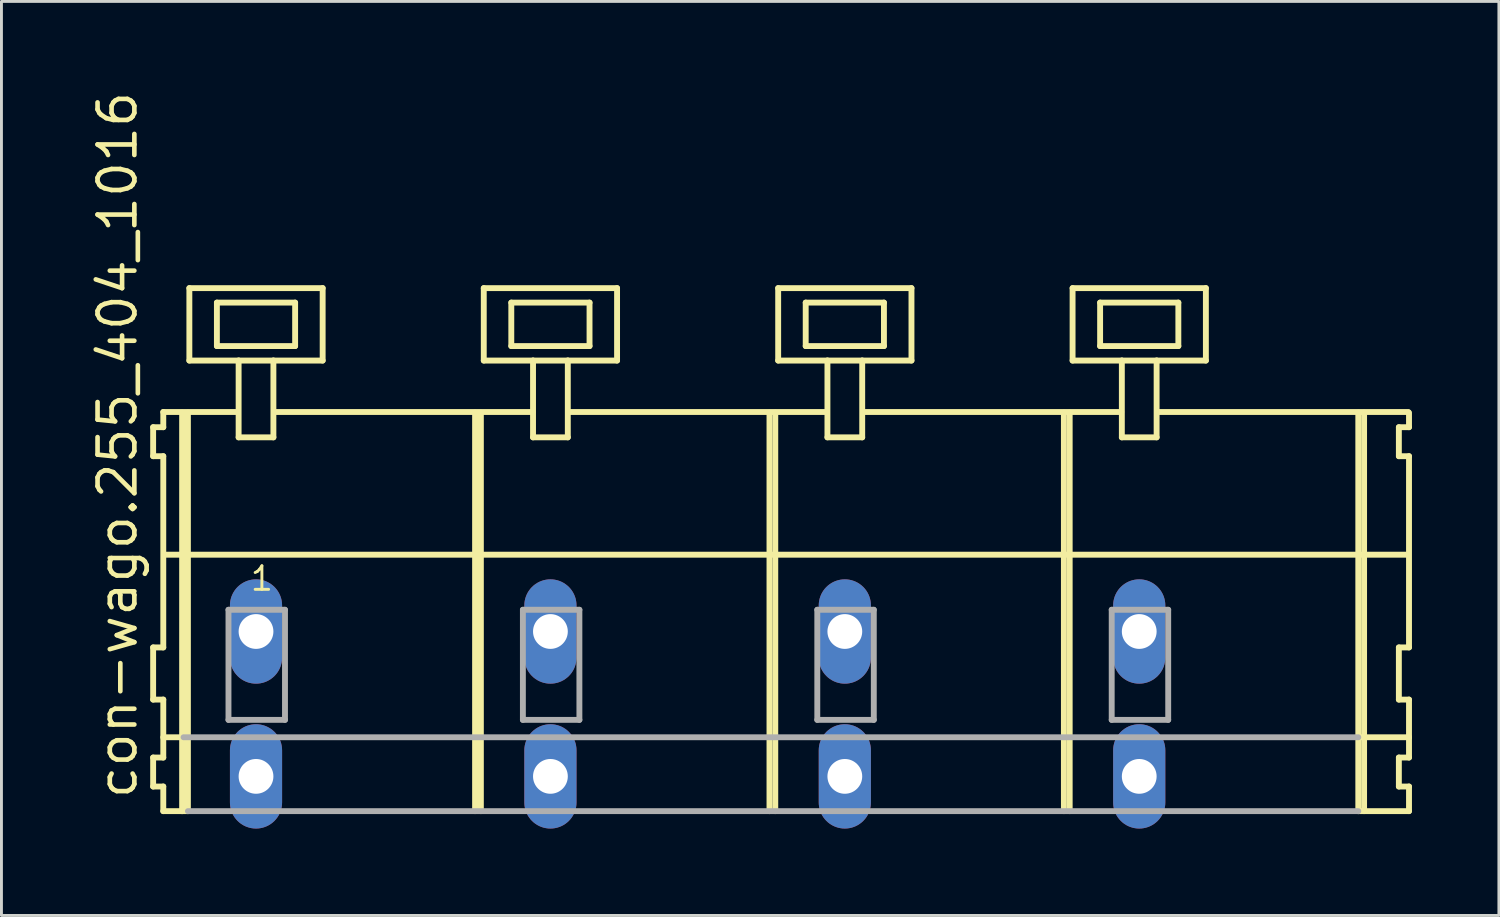
<source format=kicad_pcb>
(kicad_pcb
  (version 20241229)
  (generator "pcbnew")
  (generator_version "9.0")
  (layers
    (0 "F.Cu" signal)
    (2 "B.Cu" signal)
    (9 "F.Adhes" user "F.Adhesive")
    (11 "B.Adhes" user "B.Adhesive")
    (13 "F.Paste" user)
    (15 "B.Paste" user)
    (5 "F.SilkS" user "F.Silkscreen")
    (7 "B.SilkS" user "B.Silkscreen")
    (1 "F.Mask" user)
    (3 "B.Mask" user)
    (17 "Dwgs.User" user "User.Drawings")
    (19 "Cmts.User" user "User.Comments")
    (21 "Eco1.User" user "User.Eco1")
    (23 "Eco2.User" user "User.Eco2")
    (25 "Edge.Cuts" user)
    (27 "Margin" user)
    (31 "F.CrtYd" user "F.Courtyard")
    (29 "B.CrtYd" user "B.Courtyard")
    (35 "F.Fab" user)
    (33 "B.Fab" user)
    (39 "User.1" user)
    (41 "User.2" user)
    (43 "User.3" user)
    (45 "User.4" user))
  (footprint "con-wago.255_404_1016"
    (layer "F.Cu")
    (at 23.565 18.743)
    (property "Reference" "con-wago.255_404_1016" (at -21.815 5.855 90) (layer "F.SilkS") (effects (font (size 1.27 1.27) (thickness 0.16)) (justify left bottom)))
    (attr through_hole)
    (fp_line (start -21.33 -7.05) (end -21.33 -6.05) (stroke (width 0.203) (type default)) (layer "F.SilkS"))
    (fp_line (start -21.33 -6.05) (end -20.98 -6.05) (stroke (width 0.203) (type default)) (layer "F.SilkS"))
    (fp_line (start -21.33 0.55) (end -21.33 2.35) (stroke (width 0.203) (type default)) (layer "F.SilkS"))
    (fp_line (start -21.33 2.35) (end -20.98 2.35) (stroke (width 0.203) (type default)) (layer "F.SilkS"))
    (fp_line (start -21.33 4.35) (end -21.33 5.35) (stroke (width 0.203) (type default)) (layer "F.SilkS"))
    (fp_line (start -21.33 5.35) (end -20.98 5.35) (stroke (width 0.203) (type default)) (layer "F.SilkS"))
    (fp_line (start -20.98 -7.575) (end -20.98 -7.05) (stroke (width 0.203) (type default)) (layer "F.SilkS"))
    (fp_line (start -20.98 -7.575) (end -18.405 -7.575) (stroke (width 0.203) (type default)) (layer "F.SilkS"))
    (fp_line (start -20.98 -7.05) (end -21.33 -7.05) (stroke (width 0.203) (type default)) (layer "F.SilkS"))
    (fp_line (start -20.98 -6.05) (end -20.98 0.55) (stroke (width 0.203) (type default)) (layer "F.SilkS"))
    (fp_line (start -20.98 0.55) (end -21.33 0.55) (stroke (width 0.203) (type default)) (layer "F.SilkS"))
    (fp_line (start -20.98 2.35) (end -20.98 4.35) (stroke (width 0.203) (type default)) (layer "F.SilkS"))
    (fp_line (start -20.98 3.65) (end -20.28 3.65) (stroke (width 0.203) (type default)) (layer "F.SilkS"))
    (fp_line (start -20.98 4.35) (end -21.33 4.35) (stroke (width 0.203) (type default)) (layer "F.SilkS"))
    (fp_line (start -20.98 5.35) (end -20.98 6.2) (stroke (width 0.203) (type default)) (layer "F.SilkS"))
    (fp_line (start -20.98 6.2) (end -20.33 6.2) (stroke (width 0.203) (type default)) (layer "F.SilkS"))
    (fp_line (start -20.93 -2.65) (end 21.96 -2.65) (stroke (width 0.203) (type default)) (layer "F.SilkS"))
    (fp_line (start -20.33 -7.55) (end -20.33 6.2) (stroke (width 0.203) (type default)) (layer "F.SilkS"))
    (fp_line (start -20.33 6.2) (end -20.13 6.2) (stroke (width 0.203) (type default)) (layer "F.SilkS"))
    (fp_line (start -20.13 -7.55) (end -20.13 6.2) (stroke (width 0.203) (type default)) (layer "F.SilkS"))
    (fp_line (start -20.08 -11.85) (end -20.08 -9.35) (stroke (width 0.203) (type default)) (layer "F.SilkS"))
    (fp_line (start -20.08 -9.35) (end -18.38 -9.35) (stroke (width 0.203) (type default)) (layer "F.SilkS"))
    (fp_line (start -19.13 -11.35) (end -19.13 -9.85) (stroke (width 0.203) (type default)) (layer "F.SilkS"))
    (fp_line (start -19.13 -9.85) (end -16.43 -9.85) (stroke (width 0.203) (type default)) (layer "F.SilkS"))
    (fp_line (start -18.38 -9.35) (end -18.38 -6.7) (stroke (width 0.203) (type default)) (layer "F.SilkS"))
    (fp_line (start -18.38 -9.35) (end -17.18 -9.35) (stroke (width 0.203) (type default)) (layer "F.SilkS"))
    (fp_line (start -18.38 -6.7) (end -17.18 -6.7) (stroke (width 0.203) (type default)) (layer "F.SilkS"))
    (fp_line (start -17.18 -9.35) (end -15.48 -9.35) (stroke (width 0.203) (type default)) (layer "F.SilkS"))
    (fp_line (start -17.18 -6.7) (end -17.18 -9.35) (stroke (width 0.203) (type default)) (layer "F.SilkS"))
    (fp_line (start -17.155 -7.575) (end -8.241 -7.575) (stroke (width 0.203) (type default)) (layer "F.SilkS"))
    (fp_line (start -16.43 -11.35) (end -19.13 -11.35) (stroke (width 0.203) (type default)) (layer "F.SilkS"))
    (fp_line (start -16.43 -9.85) (end -16.43 -11.35) (stroke (width 0.203) (type default)) (layer "F.SilkS"))
    (fp_line (start -15.48 -11.85) (end -20.08 -11.85) (stroke (width 0.203) (type default)) (layer "F.SilkS"))
    (fp_line (start -15.48 -9.35) (end -15.48 -11.85) (stroke (width 0.203) (type default)) (layer "F.SilkS"))
    (fp_line (start -10.22 -7.55) (end -10.22 6.2) (stroke (width 0.203) (type default)) (layer "F.SilkS"))
    (fp_line (start -10.02 -7.55) (end -10.02 6.2) (stroke (width 0.203) (type default)) (layer "F.SilkS"))
    (fp_line (start -9.92 -11.85) (end -9.92 -9.35) (stroke (width 0.203) (type default)) (layer "F.SilkS"))
    (fp_line (start -9.92 -9.35) (end -8.22 -9.35) (stroke (width 0.203) (type default)) (layer "F.SilkS"))
    (fp_line (start -8.97 -11.35) (end -8.97 -9.85) (stroke (width 0.203) (type default)) (layer "F.SilkS"))
    (fp_line (start -8.97 -9.85) (end -6.27 -9.85) (stroke (width 0.203) (type default)) (layer "F.SilkS"))
    (fp_line (start -8.22 -9.35) (end -8.22 -6.7) (stroke (width 0.203) (type default)) (layer "F.SilkS"))
    (fp_line (start -8.22 -9.35) (end -7.02 -9.35) (stroke (width 0.203) (type default)) (layer "F.SilkS"))
    (fp_line (start -8.22 -6.7) (end -7.02 -6.7) (stroke (width 0.203) (type default)) (layer "F.SilkS"))
    (fp_line (start -7.02 -9.35) (end -5.32 -9.35) (stroke (width 0.203) (type default)) (layer "F.SilkS"))
    (fp_line (start -7.02 -6.7) (end -7.02 -9.35) (stroke (width 0.203) (type default)) (layer "F.SilkS"))
    (fp_line (start -6.995 -7.575) (end 1.919 -7.575) (stroke (width 0.203) (type default)) (layer "F.SilkS"))
    (fp_line (start -6.27 -11.35) (end -8.97 -11.35) (stroke (width 0.203) (type default)) (layer "F.SilkS"))
    (fp_line (start -6.27 -9.85) (end -6.27 -11.35) (stroke (width 0.203) (type default)) (layer "F.SilkS"))
    (fp_line (start -5.32 -11.85) (end -9.92 -11.85) (stroke (width 0.203) (type default)) (layer "F.SilkS"))
    (fp_line (start -5.32 -9.35) (end -5.32 -11.85) (stroke (width 0.203) (type default)) (layer "F.SilkS"))
    (fp_line (start -0.06 -7.55) (end -0.06 6.2) (stroke (width 0.203) (type default)) (layer "F.SilkS"))
    (fp_line (start 0.14 -7.55) (end 0.14 6.2) (stroke (width 0.203) (type default)) (layer "F.SilkS"))
    (fp_line (start 0.24 -11.85) (end 0.24 -9.35) (stroke (width 0.203) (type default)) (layer "F.SilkS"))
    (fp_line (start 0.24 -9.35) (end 1.94 -9.35) (stroke (width 0.203) (type default)) (layer "F.SilkS"))
    (fp_line (start 1.19 -11.35) (end 1.19 -9.85) (stroke (width 0.203) (type default)) (layer "F.SilkS"))
    (fp_line (start 1.19 -9.85) (end 3.89 -9.85) (stroke (width 0.203) (type default)) (layer "F.SilkS"))
    (fp_line (start 1.94 -9.35) (end 1.94 -6.7) (stroke (width 0.203) (type default)) (layer "F.SilkS"))
    (fp_line (start 1.94 -9.35) (end 3.14 -9.35) (stroke (width 0.203) (type default)) (layer "F.SilkS"))
    (fp_line (start 1.94 -6.7) (end 3.14 -6.7) (stroke (width 0.203) (type default)) (layer "F.SilkS"))
    (fp_line (start 3.14 -9.35) (end 4.84 -9.35) (stroke (width 0.203) (type default)) (layer "F.SilkS"))
    (fp_line (start 3.14 -6.7) (end 3.14 -9.35) (stroke (width 0.203) (type default)) (layer "F.SilkS"))
    (fp_line (start 3.165 -7.575) (end 12.079 -7.575) (stroke (width 0.203) (type default)) (layer "F.SilkS"))
    (fp_line (start 3.89 -11.35) (end 1.19 -11.35) (stroke (width 0.203) (type default)) (layer "F.SilkS"))
    (fp_line (start 3.89 -9.85) (end 3.89 -11.35) (stroke (width 0.203) (type default)) (layer "F.SilkS"))
    (fp_line (start 4.84 -11.85) (end 0.24 -11.85) (stroke (width 0.203) (type default)) (layer "F.SilkS"))
    (fp_line (start 4.84 -9.35) (end 4.84 -11.85) (stroke (width 0.203) (type default)) (layer "F.SilkS"))
    (fp_line (start 10.1 -7.55) (end 10.1 6.2) (stroke (width 0.203) (type default)) (layer "F.SilkS"))
    (fp_line (start 10.3 -7.55) (end 10.3 6.2) (stroke (width 0.203) (type default)) (layer "F.SilkS"))
    (fp_line (start 10.4 -11.85) (end 10.4 -9.35) (stroke (width 0.203) (type default)) (layer "F.SilkS"))
    (fp_line (start 10.4 -9.35) (end 12.1 -9.35) (stroke (width 0.203) (type default)) (layer "F.SilkS"))
    (fp_line (start 11.35 -11.35) (end 11.35 -9.85) (stroke (width 0.203) (type default)) (layer "F.SilkS"))
    (fp_line (start 11.35 -9.85) (end 14.05 -9.85) (stroke (width 0.203) (type default)) (layer "F.SilkS"))
    (fp_line (start 12.1 -9.35) (end 12.1 -6.7) (stroke (width 0.203) (type default)) (layer "F.SilkS"))
    (fp_line (start 12.1 -9.35) (end 13.3 -9.35) (stroke (width 0.203) (type default)) (layer "F.SilkS"))
    (fp_line (start 12.1 -6.7) (end 13.3 -6.7) (stroke (width 0.203) (type default)) (layer "F.SilkS"))
    (fp_line (start 13.3 -9.35) (end 15 -9.35) (stroke (width 0.203) (type default)) (layer "F.SilkS"))
    (fp_line (start 13.3 -6.7) (end 13.3 -9.35) (stroke (width 0.203) (type default)) (layer "F.SilkS"))
    (fp_line (start 13.325 -7.575) (end 21.985 -7.575) (stroke (width 0.203) (type default)) (layer "F.SilkS"))
    (fp_line (start 14.05 -11.35) (end 11.35 -11.35) (stroke (width 0.203) (type default)) (layer "F.SilkS"))
    (fp_line (start 14.05 -9.85) (end 14.05 -11.35) (stroke (width 0.203) (type default)) (layer "F.SilkS"))
    (fp_line (start 15 -11.85) (end 10.4 -11.85) (stroke (width 0.203) (type default)) (layer "F.SilkS"))
    (fp_line (start 15 -9.35) (end 15 -11.85) (stroke (width 0.203) (type default)) (layer "F.SilkS"))
    (fp_line (start 20.26 -7.55) (end 20.26 6.2) (stroke (width 0.203) (type default)) (layer "F.SilkS"))
    (fp_line (start 20.26 6.2) (end 22.01 6.2) (stroke (width 0.203) (type default)) (layer "F.SilkS"))
    (fp_line (start 20.31 3.65) (end 22.01 3.65) (stroke (width 0.203) (type default)) (layer "F.SilkS"))
    (fp_line (start 20.46 -7.55) (end 20.46 6.2) (stroke (width 0.203) (type default)) (layer "F.SilkS"))
    (fp_line (start 21.66 -7.05) (end 21.66 -6.05) (stroke (width 0.203) (type default)) (layer "F.SilkS"))
    (fp_line (start 21.66 -6.05) (end 22.01 -6.05) (stroke (width 0.203) (type default)) (layer "F.SilkS"))
    (fp_line (start 21.66 0.55) (end 21.66 2.35) (stroke (width 0.203) (type default)) (layer "F.SilkS"))
    (fp_line (start 21.66 2.35) (end 22.01 2.35) (stroke (width 0.203) (type default)) (layer "F.SilkS"))
    (fp_line (start 21.66 4.35) (end 21.66 5.35) (stroke (width 0.203) (type default)) (layer "F.SilkS"))
    (fp_line (start 21.66 5.35) (end 22.01 5.35) (stroke (width 0.203) (type default)) (layer "F.SilkS"))
    (fp_line (start 22.01 -7.05) (end 21.66 -7.05) (stroke (width 0.203) (type default)) (layer "F.SilkS"))
    (fp_line (start 22.01 -7.05) (end 22.01 -7.55) (stroke (width 0.203) (type default)) (layer "F.SilkS"))
    (fp_line (start 22.01 0.55) (end 21.66 0.55) (stroke (width 0.203) (type default)) (layer "F.SilkS"))
    (fp_line (start 22.01 0.55) (end 22.01 -6.05) (stroke (width 0.203) (type default)) (layer "F.SilkS"))
    (fp_line (start 22.01 3.65) (end 22.01 2.35) (stroke (width 0.203) (type default)) (layer "F.SilkS"))
    (fp_line (start 22.01 4.35) (end 21.66 4.35) (stroke (width 0.203) (type default)) (layer "F.SilkS"))
    (fp_line (start 22.01 4.35) (end 22.01 3.65) (stroke (width 0.203) (type default)) (layer "F.SilkS"))
    (fp_line (start 22.01 6.2) (end 22.01 5.35) (stroke (width 0.203) (type default)) (layer "F.SilkS"))
    (fp_line (start -20.28 3.65) (end 20.26 3.65) (stroke (width 0.203) (type default)) (layer "F.Fab"))
    (fp_line (start -20.13 6.2) (end 20.26 6.2) (stroke (width 0.203) (type default)) (layer "F.Fab"))
    (fp_line (start -18.73 -0.75) (end -18.73 3.05) (stroke (width 0.203) (type default)) (layer "F.Fab"))
    (fp_line (start -18.73 3.05) (end -16.78 3.05) (stroke (width 0.203) (type default)) (layer "F.Fab"))
    (fp_line (start -16.78 -0.75) (end -18.73 -0.75) (stroke (width 0.203) (type default)) (layer "F.Fab"))
    (fp_line (start -16.78 3.05) (end -16.78 -0.75) (stroke (width 0.203) (type default)) (layer "F.Fab"))
    (fp_line (start -8.57 -0.75) (end -8.57 3.05) (stroke (width 0.203) (type default)) (layer "F.Fab"))
    (fp_line (start -8.57 3.05) (end -6.62 3.05) (stroke (width 0.203) (type default)) (layer "F.Fab"))
    (fp_line (start -6.62 -0.75) (end -8.57 -0.75) (stroke (width 0.203) (type default)) (layer "F.Fab"))
    (fp_line (start -6.62 3.05) (end -6.62 -0.75) (stroke (width 0.203) (type default)) (layer "F.Fab"))
    (fp_line (start 1.59 -0.75) (end 1.59 3.05) (stroke (width 0.203) (type default)) (layer "F.Fab"))
    (fp_line (start 1.59 3.05) (end 3.54 3.05) (stroke (width 0.203) (type default)) (layer "F.Fab"))
    (fp_line (start 3.54 -0.75) (end 1.59 -0.75) (stroke (width 0.203) (type default)) (layer "F.Fab"))
    (fp_line (start 3.54 3.05) (end 3.54 -0.75) (stroke (width 0.203) (type default)) (layer "F.Fab"))
    (fp_line (start 11.75 -0.75) (end 11.75 3.05) (stroke (width 0.203) (type default)) (layer "F.Fab"))
    (fp_line (start 11.75 3.05) (end 13.7 3.05) (stroke (width 0.203) (type default)) (layer "F.Fab"))
    (fp_line (start 13.7 -0.75) (end 11.75 -0.75) (stroke (width 0.203) (type default)) (layer "F.Fab"))
    (fp_line (start 13.7 3.05) (end 13.7 -0.75) (stroke (width 0.203) (type default)) (layer "F.Fab"))
    (fp_text user "1" (at -18.03 -1.35 0) (layer "F.SilkS") (effects (font (size 0.813 0.813) (thickness 0.1)) (justify left bottom)))
    (pad "A1" thru_hole oval (at -17.78 0 90) (size 3.6 1.8) (drill 1.2) (layers "*.Cu" "*.Mask"))
    (pad "A2" thru_hole oval (at -7.62 0 90) (size 3.6 1.8) (drill 1.2) (layers "*.Cu" "*.Mask"))
    (pad "A3" thru_hole oval (at 2.54 0 90) (size 3.6 1.8) (drill 1.2) (layers "*.Cu" "*.Mask"))
    (pad "A4" thru_hole oval (at 12.7 0 90) (size 3.6 1.8) (drill 1.2) (layers "*.Cu" "*.Mask"))
    (pad "B1" thru_hole oval (at -17.78 5 90) (size 3.6 1.8) (drill 1.2) (layers "*.Cu" "*.Mask"))
    (pad "B2" thru_hole oval (at -7.62 5 90) (size 3.6 1.8) (drill 1.2) (layers "*.Cu" "*.Mask"))
    (pad "B3" thru_hole oval (at 2.54 5 90) (size 3.6 1.8) (drill 1.2) (layers "*.Cu" "*.Mask"))
    (pad "B4" thru_hole oval (at 12.7 5 90) (size 3.6 1.8) (drill 1.2) (layers "*.Cu" "*.Mask")))
  (gr_rect
    (start -3 -3)
    (end 48.677 28.543)
    (stroke (width 0.1) (type default))
    (fill no)
    (layer "Edge.Cuts")))
</source>
